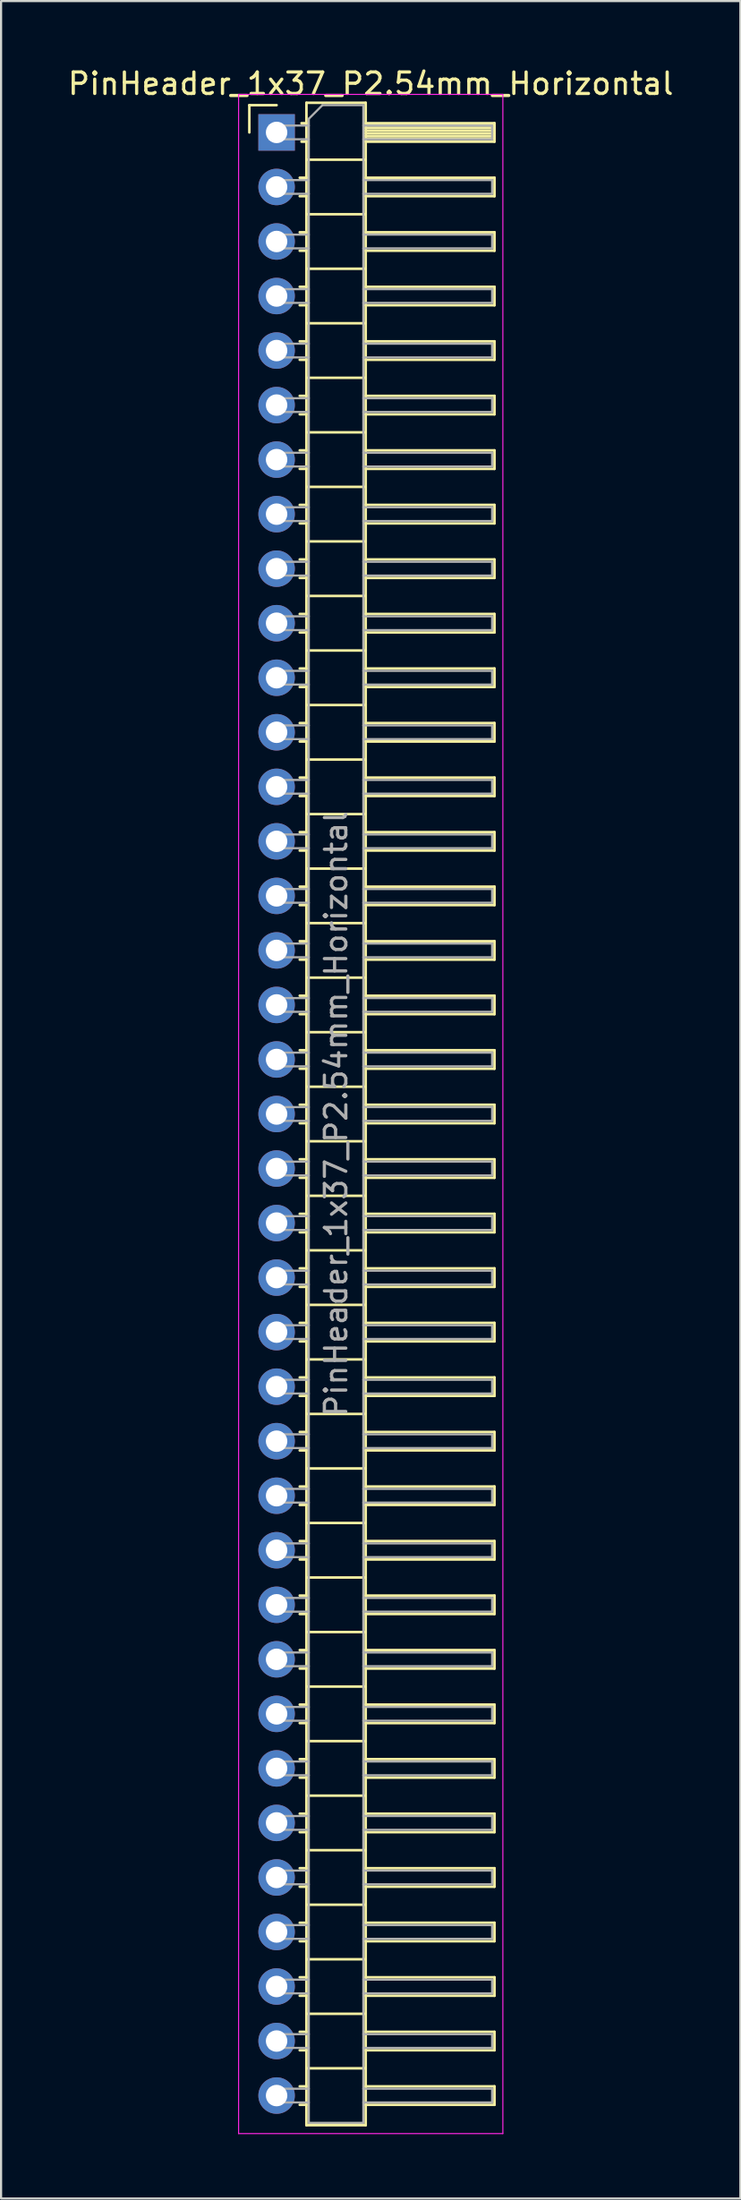
<source format=kicad_pcb>
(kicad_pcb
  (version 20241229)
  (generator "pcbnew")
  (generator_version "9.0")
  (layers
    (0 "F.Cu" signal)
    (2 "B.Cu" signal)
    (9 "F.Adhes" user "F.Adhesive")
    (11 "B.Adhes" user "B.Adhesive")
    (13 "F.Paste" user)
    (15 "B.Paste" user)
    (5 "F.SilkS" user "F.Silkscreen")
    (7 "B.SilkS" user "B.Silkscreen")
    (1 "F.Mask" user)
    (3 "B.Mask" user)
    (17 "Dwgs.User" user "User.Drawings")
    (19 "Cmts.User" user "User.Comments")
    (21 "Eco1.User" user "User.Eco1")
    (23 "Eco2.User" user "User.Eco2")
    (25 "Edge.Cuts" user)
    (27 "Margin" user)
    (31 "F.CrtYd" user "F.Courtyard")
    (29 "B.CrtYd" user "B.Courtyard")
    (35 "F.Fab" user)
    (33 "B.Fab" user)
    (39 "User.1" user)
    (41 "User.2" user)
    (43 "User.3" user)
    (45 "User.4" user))
  (footprint "PinHeader_1x37_P2.54mm_Horizontal"
    (layer "F.Cu")
    (at 9.835 3.118)
    (property "Reference" "PinHeader_1x37_P2.54mm_Horizontal" (at 4.385 -2.27 0) (layer "F.SilkS") (effects (font (size 1 1) (thickness 0.15))))
    (attr through_hole)
    (fp_line (start -1.27 -1.27) (end 0 -1.27) (stroke (width 0.12) (type solid)) (layer "F.SilkS"))
    (fp_line (start -1.27 0) (end -1.27 -1.27) (stroke (width 0.12) (type solid)) (layer "F.SilkS"))
    (fp_line (start 1.077 2.11) (end 1.39 2.11) (stroke (width 0.12) (type solid)) (layer "F.SilkS"))
    (fp_line (start 1.077 2.97) (end 1.39 2.97) (stroke (width 0.12) (type solid)) (layer "F.SilkS"))
    (fp_line (start 1.077 4.65) (end 1.39 4.65) (stroke (width 0.12) (type solid)) (layer "F.SilkS"))
    (fp_line (start 1.077 5.51) (end 1.39 5.51) (stroke (width 0.12) (type solid)) (layer "F.SilkS"))
    (fp_line (start 1.077 7.19) (end 1.39 7.19) (stroke (width 0.12) (type solid)) (layer "F.SilkS"))
    (fp_line (start 1.077 8.05) (end 1.39 8.05) (stroke (width 0.12) (type solid)) (layer "F.SilkS"))
    (fp_line (start 1.077 9.73) (end 1.39 9.73) (stroke (width 0.12) (type solid)) (layer "F.SilkS"))
    (fp_line (start 1.077 10.59) (end 1.39 10.59) (stroke (width 0.12) (type solid)) (layer "F.SilkS"))
    (fp_line (start 1.077 12.27) (end 1.39 12.27) (stroke (width 0.12) (type solid)) (layer "F.SilkS"))
    (fp_line (start 1.077 13.13) (end 1.39 13.13) (stroke (width 0.12) (type solid)) (layer "F.SilkS"))
    (fp_line (start 1.077 14.81) (end 1.39 14.81) (stroke (width 0.12) (type solid)) (layer "F.SilkS"))
    (fp_line (start 1.077 15.67) (end 1.39 15.67) (stroke (width 0.12) (type solid)) (layer "F.SilkS"))
    (fp_line (start 1.077 17.35) (end 1.39 17.35) (stroke (width 0.12) (type solid)) (layer "F.SilkS"))
    (fp_line (start 1.077 18.21) (end 1.39 18.21) (stroke (width 0.12) (type solid)) (layer "F.SilkS"))
    (fp_line (start 1.077 19.89) (end 1.39 19.89) (stroke (width 0.12) (type solid)) (layer "F.SilkS"))
    (fp_line (start 1.077 20.75) (end 1.39 20.75) (stroke (width 0.12) (type solid)) (layer "F.SilkS"))
    (fp_line (start 1.077 22.43) (end 1.39 22.43) (stroke (width 0.12) (type solid)) (layer "F.SilkS"))
    (fp_line (start 1.077 23.29) (end 1.39 23.29) (stroke (width 0.12) (type solid)) (layer "F.SilkS"))
    (fp_line (start 1.077 24.97) (end 1.39 24.97) (stroke (width 0.12) (type solid)) (layer "F.SilkS"))
    (fp_line (start 1.077 25.83) (end 1.39 25.83) (stroke (width 0.12) (type solid)) (layer "F.SilkS"))
    (fp_line (start 1.077 27.51) (end 1.39 27.51) (stroke (width 0.12) (type solid)) (layer "F.SilkS"))
    (fp_line (start 1.077 28.37) (end 1.39 28.37) (stroke (width 0.12) (type solid)) (layer "F.SilkS"))
    (fp_line (start 1.077 30.05) (end 1.39 30.05) (stroke (width 0.12) (type solid)) (layer "F.SilkS"))
    (fp_line (start 1.077 30.91) (end 1.39 30.91) (stroke (width 0.12) (type solid)) (layer "F.SilkS"))
    (fp_line (start 1.077 32.59) (end 1.39 32.59) (stroke (width 0.12) (type solid)) (layer "F.SilkS"))
    (fp_line (start 1.077 33.45) (end 1.39 33.45) (stroke (width 0.12) (type solid)) (layer "F.SilkS"))
    (fp_line (start 1.077 35.13) (end 1.39 35.13) (stroke (width 0.12) (type solid)) (layer "F.SilkS"))
    (fp_line (start 1.077 35.99) (end 1.39 35.99) (stroke (width 0.12) (type solid)) (layer "F.SilkS"))
    (fp_line (start 1.077 37.67) (end 1.39 37.67) (stroke (width 0.12) (type solid)) (layer "F.SilkS"))
    (fp_line (start 1.077 38.53) (end 1.39 38.53) (stroke (width 0.12) (type solid)) (layer "F.SilkS"))
    (fp_line (start 1.077 40.21) (end 1.39 40.21) (stroke (width 0.12) (type solid)) (layer "F.SilkS"))
    (fp_line (start 1.077 41.07) (end 1.39 41.07) (stroke (width 0.12) (type solid)) (layer "F.SilkS"))
    (fp_line (start 1.077 42.75) (end 1.39 42.75) (stroke (width 0.12) (type solid)) (layer "F.SilkS"))
    (fp_line (start 1.077 43.61) (end 1.39 43.61) (stroke (width 0.12) (type solid)) (layer "F.SilkS"))
    (fp_line (start 1.077 45.29) (end 1.39 45.29) (stroke (width 0.12) (type solid)) (layer "F.SilkS"))
    (fp_line (start 1.077 46.15) (end 1.39 46.15) (stroke (width 0.12) (type solid)) (layer "F.SilkS"))
    (fp_line (start 1.077 47.83) (end 1.39 47.83) (stroke (width 0.12) (type solid)) (layer "F.SilkS"))
    (fp_line (start 1.077 48.69) (end 1.39 48.69) (stroke (width 0.12) (type solid)) (layer "F.SilkS"))
    (fp_line (start 1.077 50.37) (end 1.39 50.37) (stroke (width 0.12) (type solid)) (layer "F.SilkS"))
    (fp_line (start 1.077 51.23) (end 1.39 51.23) (stroke (width 0.12) (type solid)) (layer "F.SilkS"))
    (fp_line (start 1.077 52.91) (end 1.39 52.91) (stroke (width 0.12) (type solid)) (layer "F.SilkS"))
    (fp_line (start 1.077 53.77) (end 1.39 53.77) (stroke (width 0.12) (type solid)) (layer "F.SilkS"))
    (fp_line (start 1.077 55.45) (end 1.39 55.45) (stroke (width 0.12) (type solid)) (layer "F.SilkS"))
    (fp_line (start 1.077 56.31) (end 1.39 56.31) (stroke (width 0.12) (type solid)) (layer "F.SilkS"))
    (fp_line (start 1.077 57.99) (end 1.39 57.99) (stroke (width 0.12) (type solid)) (layer "F.SilkS"))
    (fp_line (start 1.077 58.85) (end 1.39 58.85) (stroke (width 0.12) (type solid)) (layer "F.SilkS"))
    (fp_line (start 1.077 60.53) (end 1.39 60.53) (stroke (width 0.12) (type solid)) (layer "F.SilkS"))
    (fp_line (start 1.077 61.39) (end 1.39 61.39) (stroke (width 0.12) (type solid)) (layer "F.SilkS"))
    (fp_line (start 1.077 63.07) (end 1.39 63.07) (stroke (width 0.12) (type solid)) (layer "F.SilkS"))
    (fp_line (start 1.077 63.93) (end 1.39 63.93) (stroke (width 0.12) (type solid)) (layer "F.SilkS"))
    (fp_line (start 1.077 65.61) (end 1.39 65.61) (stroke (width 0.12) (type solid)) (layer "F.SilkS"))
    (fp_line (start 1.077 66.47) (end 1.39 66.47) (stroke (width 0.12) (type solid)) (layer "F.SilkS"))
    (fp_line (start 1.077 68.15) (end 1.39 68.15) (stroke (width 0.12) (type solid)) (layer "F.SilkS"))
    (fp_line (start 1.077 69.01) (end 1.39 69.01) (stroke (width 0.12) (type solid)) (layer "F.SilkS"))
    (fp_line (start 1.077 70.69) (end 1.39 70.69) (stroke (width 0.12) (type solid)) (layer "F.SilkS"))
    (fp_line (start 1.077 71.55) (end 1.39 71.55) (stroke (width 0.12) (type solid)) (layer "F.SilkS"))
    (fp_line (start 1.077 73.23) (end 1.39 73.23) (stroke (width 0.12) (type solid)) (layer "F.SilkS"))
    (fp_line (start 1.077 74.09) (end 1.39 74.09) (stroke (width 0.12) (type solid)) (layer "F.SilkS"))
    (fp_line (start 1.077 75.77) (end 1.39 75.77) (stroke (width 0.12) (type solid)) (layer "F.SilkS"))
    (fp_line (start 1.077 76.63) (end 1.39 76.63) (stroke (width 0.12) (type solid)) (layer "F.SilkS"))
    (fp_line (start 1.077 78.31) (end 1.39 78.31) (stroke (width 0.12) (type solid)) (layer "F.SilkS"))
    (fp_line (start 1.077 79.17) (end 1.39 79.17) (stroke (width 0.12) (type solid)) (layer "F.SilkS"))
    (fp_line (start 1.077 80.85) (end 1.39 80.85) (stroke (width 0.12) (type solid)) (layer "F.SilkS"))
    (fp_line (start 1.077 81.71) (end 1.39 81.71) (stroke (width 0.12) (type solid)) (layer "F.SilkS"))
    (fp_line (start 1.077 83.39) (end 1.39 83.39) (stroke (width 0.12) (type solid)) (layer "F.SilkS"))
    (fp_line (start 1.077 84.25) (end 1.39 84.25) (stroke (width 0.12) (type solid)) (layer "F.SilkS"))
    (fp_line (start 1.077 85.93) (end 1.39 85.93) (stroke (width 0.12) (type solid)) (layer "F.SilkS"))
    (fp_line (start 1.077 86.79) (end 1.39 86.79) (stroke (width 0.12) (type solid)) (layer "F.SilkS"))
    (fp_line (start 1.077 88.47) (end 1.39 88.47) (stroke (width 0.12) (type solid)) (layer "F.SilkS"))
    (fp_line (start 1.077 89.33) (end 1.39 89.33) (stroke (width 0.12) (type solid)) (layer "F.SilkS"))
    (fp_line (start 1.077 91.01) (end 1.39 91.01) (stroke (width 0.12) (type solid)) (layer "F.SilkS"))
    (fp_line (start 1.077 91.87) (end 1.39 91.87) (stroke (width 0.12) (type solid)) (layer "F.SilkS"))
    (fp_line (start 1.16 -0.43) (end 1.39 -0.43) (stroke (width 0.12) (type solid)) (layer "F.SilkS"))
    (fp_line (start 1.16 0.43) (end 1.39 0.43) (stroke (width 0.12) (type solid)) (layer "F.SilkS"))
    (fp_line (start 1.39 -1.38) (end 1.39 92.82) (stroke (width 0.12) (type solid)) (layer "F.SilkS"))
    (fp_line (start 1.39 1.27) (end 4.15 1.27) (stroke (width 0.12) (type solid)) (layer "F.SilkS"))
    (fp_line (start 1.39 3.81) (end 4.15 3.81) (stroke (width 0.12) (type solid)) (layer "F.SilkS"))
    (fp_line (start 1.39 6.35) (end 4.15 6.35) (stroke (width 0.12) (type solid)) (layer "F.SilkS"))
    (fp_line (start 1.39 8.89) (end 4.15 8.89) (stroke (width 0.12) (type solid)) (layer "F.SilkS"))
    (fp_line (start 1.39 11.43) (end 4.15 11.43) (stroke (width 0.12) (type solid)) (layer "F.SilkS"))
    (fp_line (start 1.39 13.97) (end 4.15 13.97) (stroke (width 0.12) (type solid)) (layer "F.SilkS"))
    (fp_line (start 1.39 16.51) (end 4.15 16.51) (stroke (width 0.12) (type solid)) (layer "F.SilkS"))
    (fp_line (start 1.39 19.05) (end 4.15 19.05) (stroke (width 0.12) (type solid)) (layer "F.SilkS"))
    (fp_line (start 1.39 21.59) (end 4.15 21.59) (stroke (width 0.12) (type solid)) (layer "F.SilkS"))
    (fp_line (start 1.39 24.13) (end 4.15 24.13) (stroke (width 0.12) (type solid)) (layer "F.SilkS"))
    (fp_line (start 1.39 26.67) (end 4.15 26.67) (stroke (width 0.12) (type solid)) (layer "F.SilkS"))
    (fp_line (start 1.39 29.21) (end 4.15 29.21) (stroke (width 0.12) (type solid)) (layer "F.SilkS"))
    (fp_line (start 1.39 31.75) (end 4.15 31.75) (stroke (width 0.12) (type solid)) (layer "F.SilkS"))
    (fp_line (start 1.39 34.29) (end 4.15 34.29) (stroke (width 0.12) (type solid)) (layer "F.SilkS"))
    (fp_line (start 1.39 36.83) (end 4.15 36.83) (stroke (width 0.12) (type solid)) (layer "F.SilkS"))
    (fp_line (start 1.39 39.37) (end 4.15 39.37) (stroke (width 0.12) (type solid)) (layer "F.SilkS"))
    (fp_line (start 1.39 41.91) (end 4.15 41.91) (stroke (width 0.12) (type solid)) (layer "F.SilkS"))
    (fp_line (start 1.39 44.45) (end 4.15 44.45) (stroke (width 0.12) (type solid)) (layer "F.SilkS"))
    (fp_line (start 1.39 46.99) (end 4.15 46.99) (stroke (width 0.12) (type solid)) (layer "F.SilkS"))
    (fp_line (start 1.39 49.53) (end 4.15 49.53) (stroke (width 0.12) (type solid)) (layer "F.SilkS"))
    (fp_line (start 1.39 52.07) (end 4.15 52.07) (stroke (width 0.12) (type solid)) (layer "F.SilkS"))
    (fp_line (start 1.39 54.61) (end 4.15 54.61) (stroke (width 0.12) (type solid)) (layer "F.SilkS"))
    (fp_line (start 1.39 57.15) (end 4.15 57.15) (stroke (width 0.12) (type solid)) (layer "F.SilkS"))
    (fp_line (start 1.39 59.69) (end 4.15 59.69) (stroke (width 0.12) (type solid)) (layer "F.SilkS"))
    (fp_line (start 1.39 62.23) (end 4.15 62.23) (stroke (width 0.12) (type solid)) (layer "F.SilkS"))
    (fp_line (start 1.39 64.77) (end 4.15 64.77) (stroke (width 0.12) (type solid)) (layer "F.SilkS"))
    (fp_line (start 1.39 67.31) (end 4.15 67.31) (stroke (width 0.12) (type solid)) (layer "F.SilkS"))
    (fp_line (start 1.39 69.85) (end 4.15 69.85) (stroke (width 0.12) (type solid)) (layer "F.SilkS"))
    (fp_line (start 1.39 72.39) (end 4.15 72.39) (stroke (width 0.12) (type solid)) (layer "F.SilkS"))
    (fp_line (start 1.39 74.93) (end 4.15 74.93) (stroke (width 0.12) (type solid)) (layer "F.SilkS"))
    (fp_line (start 1.39 77.47) (end 4.15 77.47) (stroke (width 0.12) (type solid)) (layer "F.SilkS"))
    (fp_line (start 1.39 80.01) (end 4.15 80.01) (stroke (width 0.12) (type solid)) (layer "F.SilkS"))
    (fp_line (start 1.39 82.55) (end 4.15 82.55) (stroke (width 0.12) (type solid)) (layer "F.SilkS"))
    (fp_line (start 1.39 85.09) (end 4.15 85.09) (stroke (width 0.12) (type solid)) (layer "F.SilkS"))
    (fp_line (start 1.39 87.63) (end 4.15 87.63) (stroke (width 0.12) (type solid)) (layer "F.SilkS"))
    (fp_line (start 1.39 90.17) (end 4.15 90.17) (stroke (width 0.12) (type solid)) (layer "F.SilkS"))
    (fp_line (start 1.39 92.82) (end 4.15 92.82) (stroke (width 0.12) (type solid)) (layer "F.SilkS"))
    (fp_line (start 4.15 -1.38) (end 1.39 -1.38) (stroke (width 0.12) (type solid)) (layer "F.SilkS"))
    (fp_line (start 4.15 -0.43) (end 10.15 -0.43) (stroke (width 0.12) (type solid)) (layer "F.SilkS"))
    (fp_line (start 4.15 -0.32) (end 10.15 -0.32) (stroke (width 0.12) (type solid)) (layer "F.SilkS"))
    (fp_line (start 4.15 -0.2) (end 10.15 -0.2) (stroke (width 0.12) (type solid)) (layer "F.SilkS"))
    (fp_line (start 4.15 -0.08) (end 10.15 -0.08) (stroke (width 0.12) (type solid)) (layer "F.SilkS"))
    (fp_line (start 4.15 0.04) (end 10.15 0.04) (stroke (width 0.12) (type solid)) (layer "F.SilkS"))
    (fp_line (start 4.15 0.16) (end 10.15 0.16) (stroke (width 0.12) (type solid)) (layer "F.SilkS"))
    (fp_line (start 4.15 0.28) (end 10.15 0.28) (stroke (width 0.12) (type solid)) (layer "F.SilkS"))
    (fp_line (start 4.15 2.11) (end 10.15 2.11) (stroke (width 0.12) (type solid)) (layer "F.SilkS"))
    (fp_line (start 4.15 4.65) (end 10.15 4.65) (stroke (width 0.12) (type solid)) (layer "F.SilkS"))
    (fp_line (start 4.15 7.19) (end 10.15 7.19) (stroke (width 0.12) (type solid)) (layer "F.SilkS"))
    (fp_line (start 4.15 9.73) (end 10.15 9.73) (stroke (width 0.12) (type solid)) (layer "F.SilkS"))
    (fp_line (start 4.15 12.27) (end 10.15 12.27) (stroke (width 0.12) (type solid)) (layer "F.SilkS"))
    (fp_line (start 4.15 14.81) (end 10.15 14.81) (stroke (width 0.12) (type solid)) (layer "F.SilkS"))
    (fp_line (start 4.15 17.35) (end 10.15 17.35) (stroke (width 0.12) (type solid)) (layer "F.SilkS"))
    (fp_line (start 4.15 19.89) (end 10.15 19.89) (stroke (width 0.12) (type solid)) (layer "F.SilkS"))
    (fp_line (start 4.15 22.43) (end 10.15 22.43) (stroke (width 0.12) (type solid)) (layer "F.SilkS"))
    (fp_line (start 4.15 24.97) (end 10.15 24.97) (stroke (width 0.12) (type solid)) (layer "F.SilkS"))
    (fp_line (start 4.15 27.51) (end 10.15 27.51) (stroke (width 0.12) (type solid)) (layer "F.SilkS"))
    (fp_line (start 4.15 30.05) (end 10.15 30.05) (stroke (width 0.12) (type solid)) (layer "F.SilkS"))
    (fp_line (start 4.15 32.59) (end 10.15 32.59) (stroke (width 0.12) (type solid)) (layer "F.SilkS"))
    (fp_line (start 4.15 35.13) (end 10.15 35.13) (stroke (width 0.12) (type solid)) (layer "F.SilkS"))
    (fp_line (start 4.15 37.67) (end 10.15 37.67) (stroke (width 0.12) (type solid)) (layer "F.SilkS"))
    (fp_line (start 4.15 40.21) (end 10.15 40.21) (stroke (width 0.12) (type solid)) (layer "F.SilkS"))
    (fp_line (start 4.15 42.75) (end 10.15 42.75) (stroke (width 0.12) (type solid)) (layer "F.SilkS"))
    (fp_line (start 4.15 45.29) (end 10.15 45.29) (stroke (width 0.12) (type solid)) (layer "F.SilkS"))
    (fp_line (start 4.15 47.83) (end 10.15 47.83) (stroke (width 0.12) (type solid)) (layer "F.SilkS"))
    (fp_line (start 4.15 50.37) (end 10.15 50.37) (stroke (width 0.12) (type solid)) (layer "F.SilkS"))
    (fp_line (start 4.15 52.91) (end 10.15 52.91) (stroke (width 0.12) (type solid)) (layer "F.SilkS"))
    (fp_line (start 4.15 55.45) (end 10.15 55.45) (stroke (width 0.12) (type solid)) (layer "F.SilkS"))
    (fp_line (start 4.15 57.99) (end 10.15 57.99) (stroke (width 0.12) (type solid)) (layer "F.SilkS"))
    (fp_line (start 4.15 60.53) (end 10.15 60.53) (stroke (width 0.12) (type solid)) (layer "F.SilkS"))
    (fp_line (start 4.15 63.07) (end 10.15 63.07) (stroke (width 0.12) (type solid)) (layer "F.SilkS"))
    (fp_line (start 4.15 65.61) (end 10.15 65.61) (stroke (width 0.12) (type solid)) (layer "F.SilkS"))
    (fp_line (start 4.15 68.15) (end 10.15 68.15) (stroke (width 0.12) (type solid)) (layer "F.SilkS"))
    (fp_line (start 4.15 70.69) (end 10.15 70.69) (stroke (width 0.12) (type solid)) (layer "F.SilkS"))
    (fp_line (start 4.15 73.23) (end 10.15 73.23) (stroke (width 0.12) (type solid)) (layer "F.SilkS"))
    (fp_line (start 4.15 75.77) (end 10.15 75.77) (stroke (width 0.12) (type solid)) (layer "F.SilkS"))
    (fp_line (start 4.15 78.31) (end 10.15 78.31) (stroke (width 0.12) (type solid)) (layer "F.SilkS"))
    (fp_line (start 4.15 80.85) (end 10.15 80.85) (stroke (width 0.12) (type solid)) (layer "F.SilkS"))
    (fp_line (start 4.15 83.39) (end 10.15 83.39) (stroke (width 0.12) (type solid)) (layer "F.SilkS"))
    (fp_line (start 4.15 85.93) (end 10.15 85.93) (stroke (width 0.12) (type solid)) (layer "F.SilkS"))
    (fp_line (start 4.15 88.47) (end 10.15 88.47) (stroke (width 0.12) (type solid)) (layer "F.SilkS"))
    (fp_line (start 4.15 91.01) (end 10.15 91.01) (stroke (width 0.12) (type solid)) (layer "F.SilkS"))
    (fp_line (start 4.15 92.82) (end 4.15 -1.38) (stroke (width 0.12) (type solid)) (layer "F.SilkS"))
    (fp_line (start 10.15 -0.43) (end 10.15 0.43) (stroke (width 0.12) (type solid)) (layer "F.SilkS"))
    (fp_line (start 10.15 0.43) (end 4.15 0.43) (stroke (width 0.12) (type solid)) (layer "F.SilkS"))
    (fp_line (start 10.15 2.11) (end 10.15 2.97) (stroke (width 0.12) (type solid)) (layer "F.SilkS"))
    (fp_line (start 10.15 2.97) (end 4.15 2.97) (stroke (width 0.12) (type solid)) (layer "F.SilkS"))
    (fp_line (start 10.15 4.65) (end 10.15 5.51) (stroke (width 0.12) (type solid)) (layer "F.SilkS"))
    (fp_line (start 10.15 5.51) (end 4.15 5.51) (stroke (width 0.12) (type solid)) (layer "F.SilkS"))
    (fp_line (start 10.15 7.19) (end 10.15 8.05) (stroke (width 0.12) (type solid)) (layer "F.SilkS"))
    (fp_line (start 10.15 8.05) (end 4.15 8.05) (stroke (width 0.12) (type solid)) (layer "F.SilkS"))
    (fp_line (start 10.15 9.73) (end 10.15 10.59) (stroke (width 0.12) (type solid)) (layer "F.SilkS"))
    (fp_line (start 10.15 10.59) (end 4.15 10.59) (stroke (width 0.12) (type solid)) (layer "F.SilkS"))
    (fp_line (start 10.15 12.27) (end 10.15 13.13) (stroke (width 0.12) (type solid)) (layer "F.SilkS"))
    (fp_line (start 10.15 13.13) (end 4.15 13.13) (stroke (width 0.12) (type solid)) (layer "F.SilkS"))
    (fp_line (start 10.15 14.81) (end 10.15 15.67) (stroke (width 0.12) (type solid)) (layer "F.SilkS"))
    (fp_line (start 10.15 15.67) (end 4.15 15.67) (stroke (width 0.12) (type solid)) (layer "F.SilkS"))
    (fp_line (start 10.15 17.35) (end 10.15 18.21) (stroke (width 0.12) (type solid)) (layer "F.SilkS"))
    (fp_line (start 10.15 18.21) (end 4.15 18.21) (stroke (width 0.12) (type solid)) (layer "F.SilkS"))
    (fp_line (start 10.15 19.89) (end 10.15 20.75) (stroke (width 0.12) (type solid)) (layer "F.SilkS"))
    (fp_line (start 10.15 20.75) (end 4.15 20.75) (stroke (width 0.12) (type solid)) (layer "F.SilkS"))
    (fp_line (start 10.15 22.43) (end 10.15 23.29) (stroke (width 0.12) (type solid)) (layer "F.SilkS"))
    (fp_line (start 10.15 23.29) (end 4.15 23.29) (stroke (width 0.12) (type solid)) (layer "F.SilkS"))
    (fp_line (start 10.15 24.97) (end 10.15 25.83) (stroke (width 0.12) (type solid)) (layer "F.SilkS"))
    (fp_line (start 10.15 25.83) (end 4.15 25.83) (stroke (width 0.12) (type solid)) (layer "F.SilkS"))
    (fp_line (start 10.15 27.51) (end 10.15 28.37) (stroke (width 0.12) (type solid)) (layer "F.SilkS"))
    (fp_line (start 10.15 28.37) (end 4.15 28.37) (stroke (width 0.12) (type solid)) (layer "F.SilkS"))
    (fp_line (start 10.15 30.05) (end 10.15 30.91) (stroke (width 0.12) (type solid)) (layer "F.SilkS"))
    (fp_line (start 10.15 30.91) (end 4.15 30.91) (stroke (width 0.12) (type solid)) (layer "F.SilkS"))
    (fp_line (start 10.15 32.59) (end 10.15 33.45) (stroke (width 0.12) (type solid)) (layer "F.SilkS"))
    (fp_line (start 10.15 33.45) (end 4.15 33.45) (stroke (width 0.12) (type solid)) (layer "F.SilkS"))
    (fp_line (start 10.15 35.13) (end 10.15 35.99) (stroke (width 0.12) (type solid)) (layer "F.SilkS"))
    (fp_line (start 10.15 35.99) (end 4.15 35.99) (stroke (width 0.12) (type solid)) (layer "F.SilkS"))
    (fp_line (start 10.15 37.67) (end 10.15 38.53) (stroke (width 0.12) (type solid)) (layer "F.SilkS"))
    (fp_line (start 10.15 38.53) (end 4.15 38.53) (stroke (width 0.12) (type solid)) (layer "F.SilkS"))
    (fp_line (start 10.15 40.21) (end 10.15 41.07) (stroke (width 0.12) (type solid)) (layer "F.SilkS"))
    (fp_line (start 10.15 41.07) (end 4.15 41.07) (stroke (width 0.12) (type solid)) (layer "F.SilkS"))
    (fp_line (start 10.15 42.75) (end 10.15 43.61) (stroke (width 0.12) (type solid)) (layer "F.SilkS"))
    (fp_line (start 10.15 43.61) (end 4.15 43.61) (stroke (width 0.12) (type solid)) (layer "F.SilkS"))
    (fp_line (start 10.15 45.29) (end 10.15 46.15) (stroke (width 0.12) (type solid)) (layer "F.SilkS"))
    (fp_line (start 10.15 46.15) (end 4.15 46.15) (stroke (width 0.12) (type solid)) (layer "F.SilkS"))
    (fp_line (start 10.15 47.83) (end 10.15 48.69) (stroke (width 0.12) (type solid)) (layer "F.SilkS"))
    (fp_line (start 10.15 48.69) (end 4.15 48.69) (stroke (width 0.12) (type solid)) (layer "F.SilkS"))
    (fp_line (start 10.15 50.37) (end 10.15 51.23) (stroke (width 0.12) (type solid)) (layer "F.SilkS"))
    (fp_line (start 10.15 51.23) (end 4.15 51.23) (stroke (width 0.12) (type solid)) (layer "F.SilkS"))
    (fp_line (start 10.15 52.91) (end 10.15 53.77) (stroke (width 0.12) (type solid)) (layer "F.SilkS"))
    (fp_line (start 10.15 53.77) (end 4.15 53.77) (stroke (width 0.12) (type solid)) (layer "F.SilkS"))
    (fp_line (start 10.15 55.45) (end 10.15 56.31) (stroke (width 0.12) (type solid)) (layer "F.SilkS"))
    (fp_line (start 10.15 56.31) (end 4.15 56.31) (stroke (width 0.12) (type solid)) (layer "F.SilkS"))
    (fp_line (start 10.15 57.99) (end 10.15 58.85) (stroke (width 0.12) (type solid)) (layer "F.SilkS"))
    (fp_line (start 10.15 58.85) (end 4.15 58.85) (stroke (width 0.12) (type solid)) (layer "F.SilkS"))
    (fp_line (start 10.15 60.53) (end 10.15 61.39) (stroke (width 0.12) (type solid)) (layer "F.SilkS"))
    (fp_line (start 10.15 61.39) (end 4.15 61.39) (stroke (width 0.12) (type solid)) (layer "F.SilkS"))
    (fp_line (start 10.15 63.07) (end 10.15 63.93) (stroke (width 0.12) (type solid)) (layer "F.SilkS"))
    (fp_line (start 10.15 63.93) (end 4.15 63.93) (stroke (width 0.12) (type solid)) (layer "F.SilkS"))
    (fp_line (start 10.15 65.61) (end 10.15 66.47) (stroke (width 0.12) (type solid)) (layer "F.SilkS"))
    (fp_line (start 10.15 66.47) (end 4.15 66.47) (stroke (width 0.12) (type solid)) (layer "F.SilkS"))
    (fp_line (start 10.15 68.15) (end 10.15 69.01) (stroke (width 0.12) (type solid)) (layer "F.SilkS"))
    (fp_line (start 10.15 69.01) (end 4.15 69.01) (stroke (width 0.12) (type solid)) (layer "F.SilkS"))
    (fp_line (start 10.15 70.69) (end 10.15 71.55) (stroke (width 0.12) (type solid)) (layer "F.SilkS"))
    (fp_line (start 10.15 71.55) (end 4.15 71.55) (stroke (width 0.12) (type solid)) (layer "F.SilkS"))
    (fp_line (start 10.15 73.23) (end 10.15 74.09) (stroke (width 0.12) (type solid)) (layer "F.SilkS"))
    (fp_line (start 10.15 74.09) (end 4.15 74.09) (stroke (width 0.12) (type solid)) (layer "F.SilkS"))
    (fp_line (start 10.15 75.77) (end 10.15 76.63) (stroke (width 0.12) (type solid)) (layer "F.SilkS"))
    (fp_line (start 10.15 76.63) (end 4.15 76.63) (stroke (width 0.12) (type solid)) (layer "F.SilkS"))
    (fp_line (start 10.15 78.31) (end 10.15 79.17) (stroke (width 0.12) (type solid)) (layer "F.SilkS"))
    (fp_line (start 10.15 79.17) (end 4.15 79.17) (stroke (width 0.12) (type solid)) (layer "F.SilkS"))
    (fp_line (start 10.15 80.85) (end 10.15 81.71) (stroke (width 0.12) (type solid)) (layer "F.SilkS"))
    (fp_line (start 10.15 81.71) (end 4.15 81.71) (stroke (width 0.12) (type solid)) (layer "F.SilkS"))
    (fp_line (start 10.15 83.39) (end 10.15 84.25) (stroke (width 0.12) (type solid)) (layer "F.SilkS"))
    (fp_line (start 10.15 84.25) (end 4.15 84.25) (stroke (width 0.12) (type solid)) (layer "F.SilkS"))
    (fp_line (start 10.15 85.93) (end 10.15 86.79) (stroke (width 0.12) (type solid)) (layer "F.SilkS"))
    (fp_line (start 10.15 86.79) (end 4.15 86.79) (stroke (width 0.12) (type solid)) (layer "F.SilkS"))
    (fp_line (start 10.15 88.47) (end 10.15 89.33) (stroke (width 0.12) (type solid)) (layer "F.SilkS"))
    (fp_line (start 10.15 89.33) (end 4.15 89.33) (stroke (width 0.12) (type solid)) (layer "F.SilkS"))
    (fp_line (start 10.15 91.01) (end 10.15 91.87) (stroke (width 0.12) (type solid)) (layer "F.SilkS"))
    (fp_line (start 10.15 91.87) (end 4.15 91.87) (stroke (width 0.12) (type solid)) (layer "F.SilkS"))
    (fp_line (start -1.77 -1.77) (end -1.77 93.21) (stroke (width 0.05) (type solid)) (layer "F.CrtYd"))
    (fp_line (start -1.77 93.21) (end 10.54 93.21) (stroke (width 0.05) (type solid)) (layer "F.CrtYd"))
    (fp_line (start 10.54 -1.77) (end -1.77 -1.77) (stroke (width 0.05) (type solid)) (layer "F.CrtYd"))
    (fp_line (start 10.54 93.21) (end 10.54 -1.77) (stroke (width 0.05) (type solid)) (layer "F.CrtYd"))
    (fp_line (start -0.32 -0.32) (end -0.32 0.32) (stroke (width 0.1) (type solid)) (layer "F.Fab"))
    (fp_line (start -0.32 -0.32) (end 1.5 -0.32) (stroke (width 0.1) (type solid)) (layer "F.Fab"))
    (fp_line (start -0.32 0.32) (end 1.5 0.32) (stroke (width 0.1) (type solid)) (layer "F.Fab"))
    (fp_line (start -0.32 2.22) (end -0.32 2.86) (stroke (width 0.1) (type solid)) (layer "F.Fab"))
    (fp_line (start -0.32 2.22) (end 1.5 2.22) (stroke (width 0.1) (type solid)) (layer "F.Fab"))
    (fp_line (start -0.32 2.86) (end 1.5 2.86) (stroke (width 0.1) (type solid)) (layer "F.Fab"))
    (fp_line (start -0.32 4.76) (end -0.32 5.4) (stroke (width 0.1) (type solid)) (layer "F.Fab"))
    (fp_line (start -0.32 4.76) (end 1.5 4.76) (stroke (width 0.1) (type solid)) (layer "F.Fab"))
    (fp_line (start -0.32 5.4) (end 1.5 5.4) (stroke (width 0.1) (type solid)) (layer "F.Fab"))
    (fp_line (start -0.32 7.3) (end -0.32 7.94) (stroke (width 0.1) (type solid)) (layer "F.Fab"))
    (fp_line (start -0.32 7.3) (end 1.5 7.3) (stroke (width 0.1) (type solid)) (layer "F.Fab"))
    (fp_line (start -0.32 7.94) (end 1.5 7.94) (stroke (width 0.1) (type solid)) (layer "F.Fab"))
    (fp_line (start -0.32 9.84) (end -0.32 10.48) (stroke (width 0.1) (type solid)) (layer "F.Fab"))
    (fp_line (start -0.32 9.84) (end 1.5 9.84) (stroke (width 0.1) (type solid)) (layer "F.Fab"))
    (fp_line (start -0.32 10.48) (end 1.5 10.48) (stroke (width 0.1) (type solid)) (layer "F.Fab"))
    (fp_line (start -0.32 12.38) (end -0.32 13.02) (stroke (width 0.1) (type solid)) (layer "F.Fab"))
    (fp_line (start -0.32 12.38) (end 1.5 12.38) (stroke (width 0.1) (type solid)) (layer "F.Fab"))
    (fp_line (start -0.32 13.02) (end 1.5 13.02) (stroke (width 0.1) (type solid)) (layer "F.Fab"))
    (fp_line (start -0.32 14.92) (end -0.32 15.56) (stroke (width 0.1) (type solid)) (layer "F.Fab"))
    (fp_line (start -0.32 14.92) (end 1.5 14.92) (stroke (width 0.1) (type solid)) (layer "F.Fab"))
    (fp_line (start -0.32 15.56) (end 1.5 15.56) (stroke (width 0.1) (type solid)) (layer "F.Fab"))
    (fp_line (start -0.32 17.46) (end -0.32 18.1) (stroke (width 0.1) (type solid)) (layer "F.Fab"))
    (fp_line (start -0.32 17.46) (end 1.5 17.46) (stroke (width 0.1) (type solid)) (layer "F.Fab"))
    (fp_line (start -0.32 18.1) (end 1.5 18.1) (stroke (width 0.1) (type solid)) (layer "F.Fab"))
    (fp_line (start -0.32 20) (end -0.32 20.64) (stroke (width 0.1) (type solid)) (layer "F.Fab"))
    (fp_line (start -0.32 20) (end 1.5 20) (stroke (width 0.1) (type solid)) (layer "F.Fab"))
    (fp_line (start -0.32 20.64) (end 1.5 20.64) (stroke (width 0.1) (type solid)) (layer "F.Fab"))
    (fp_line (start -0.32 22.54) (end -0.32 23.18) (stroke (width 0.1) (type solid)) (layer "F.Fab"))
    (fp_line (start -0.32 22.54) (end 1.5 22.54) (stroke (width 0.1) (type solid)) (layer "F.Fab"))
    (fp_line (start -0.32 23.18) (end 1.5 23.18) (stroke (width 0.1) (type solid)) (layer "F.Fab"))
    (fp_line (start -0.32 25.08) (end -0.32 25.72) (stroke (width 0.1) (type solid)) (layer "F.Fab"))
    (fp_line (start -0.32 25.08) (end 1.5 25.08) (stroke (width 0.1) (type solid)) (layer "F.Fab"))
    (fp_line (start -0.32 25.72) (end 1.5 25.72) (stroke (width 0.1) (type solid)) (layer "F.Fab"))
    (fp_line (start -0.32 27.62) (end -0.32 28.26) (stroke (width 0.1) (type solid)) (layer "F.Fab"))
    (fp_line (start -0.32 27.62) (end 1.5 27.62) (stroke (width 0.1) (type solid)) (layer "F.Fab"))
    (fp_line (start -0.32 28.26) (end 1.5 28.26) (stroke (width 0.1) (type solid)) (layer "F.Fab"))
    (fp_line (start -0.32 30.16) (end -0.32 30.8) (stroke (width 0.1) (type solid)) (layer "F.Fab"))
    (fp_line (start -0.32 30.16) (end 1.5 30.16) (stroke (width 0.1) (type solid)) (layer "F.Fab"))
    (fp_line (start -0.32 30.8) (end 1.5 30.8) (stroke (width 0.1) (type solid)) (layer "F.Fab"))
    (fp_line (start -0.32 32.7) (end -0.32 33.34) (stroke (width 0.1) (type solid)) (layer "F.Fab"))
    (fp_line (start -0.32 32.7) (end 1.5 32.7) (stroke (width 0.1) (type solid)) (layer "F.Fab"))
    (fp_line (start -0.32 33.34) (end 1.5 33.34) (stroke (width 0.1) (type solid)) (layer "F.Fab"))
    (fp_line (start -0.32 35.24) (end -0.32 35.88) (stroke (width 0.1) (type solid)) (layer "F.Fab"))
    (fp_line (start -0.32 35.24) (end 1.5 35.24) (stroke (width 0.1) (type solid)) (layer "F.Fab"))
    (fp_line (start -0.32 35.88) (end 1.5 35.88) (stroke (width 0.1) (type solid)) (layer "F.Fab"))
    (fp_line (start -0.32 37.78) (end -0.32 38.42) (stroke (width 0.1) (type solid)) (layer "F.Fab"))
    (fp_line (start -0.32 37.78) (end 1.5 37.78) (stroke (width 0.1) (type solid)) (layer "F.Fab"))
    (fp_line (start -0.32 38.42) (end 1.5 38.42) (stroke (width 0.1) (type solid)) (layer "F.Fab"))
    (fp_line (start -0.32 40.32) (end -0.32 40.96) (stroke (width 0.1) (type solid)) (layer "F.Fab"))
    (fp_line (start -0.32 40.32) (end 1.5 40.32) (stroke (width 0.1) (type solid)) (layer "F.Fab"))
    (fp_line (start -0.32 40.96) (end 1.5 40.96) (stroke (width 0.1) (type solid)) (layer "F.Fab"))
    (fp_line (start -0.32 42.86) (end -0.32 43.5) (stroke (width 0.1) (type solid)) (layer "F.Fab"))
    (fp_line (start -0.32 42.86) (end 1.5 42.86) (stroke (width 0.1) (type solid)) (layer "F.Fab"))
    (fp_line (start -0.32 43.5) (end 1.5 43.5) (stroke (width 0.1) (type solid)) (layer "F.Fab"))
    (fp_line (start -0.32 45.4) (end -0.32 46.04) (stroke (width 0.1) (type solid)) (layer "F.Fab"))
    (fp_line (start -0.32 45.4) (end 1.5 45.4) (stroke (width 0.1) (type solid)) (layer "F.Fab"))
    (fp_line (start -0.32 46.04) (end 1.5 46.04) (stroke (width 0.1) (type solid)) (layer "F.Fab"))
    (fp_line (start -0.32 47.94) (end -0.32 48.58) (stroke (width 0.1) (type solid)) (layer "F.Fab"))
    (fp_line (start -0.32 47.94) (end 1.5 47.94) (stroke (width 0.1) (type solid)) (layer "F.Fab"))
    (fp_line (start -0.32 48.58) (end 1.5 48.58) (stroke (width 0.1) (type solid)) (layer "F.Fab"))
    (fp_line (start -0.32 50.48) (end -0.32 51.12) (stroke (width 0.1) (type solid)) (layer "F.Fab"))
    (fp_line (start -0.32 50.48) (end 1.5 50.48) (stroke (width 0.1) (type solid)) (layer "F.Fab"))
    (fp_line (start -0.32 51.12) (end 1.5 51.12) (stroke (width 0.1) (type solid)) (layer "F.Fab"))
    (fp_line (start -0.32 53.02) (end -0.32 53.66) (stroke (width 0.1) (type solid)) (layer "F.Fab"))
    (fp_line (start -0.32 53.02) (end 1.5 53.02) (stroke (width 0.1) (type solid)) (layer "F.Fab"))
    (fp_line (start -0.32 53.66) (end 1.5 53.66) (stroke (width 0.1) (type solid)) (layer "F.Fab"))
    (fp_line (start -0.32 55.56) (end -0.32 56.2) (stroke (width 0.1) (type solid)) (layer "F.Fab"))
    (fp_line (start -0.32 55.56) (end 1.5 55.56) (stroke (width 0.1) (type solid)) (layer "F.Fab"))
    (fp_line (start -0.32 56.2) (end 1.5 56.2) (stroke (width 0.1) (type solid)) (layer "F.Fab"))
    (fp_line (start -0.32 58.1) (end -0.32 58.74) (stroke (width 0.1) (type solid)) (layer "F.Fab"))
    (fp_line (start -0.32 58.1) (end 1.5 58.1) (stroke (width 0.1) (type solid)) (layer "F.Fab"))
    (fp_line (start -0.32 58.74) (end 1.5 58.74) (stroke (width 0.1) (type solid)) (layer "F.Fab"))
    (fp_line (start -0.32 60.64) (end -0.32 61.28) (stroke (width 0.1) (type solid)) (layer "F.Fab"))
    (fp_line (start -0.32 60.64) (end 1.5 60.64) (stroke (width 0.1) (type solid)) (layer "F.Fab"))
    (fp_line (start -0.32 61.28) (end 1.5 61.28) (stroke (width 0.1) (type solid)) (layer "F.Fab"))
    (fp_line (start -0.32 63.18) (end -0.32 63.82) (stroke (width 0.1) (type solid)) (layer "F.Fab"))
    (fp_line (start -0.32 63.18) (end 1.5 63.18) (stroke (width 0.1) (type solid)) (layer "F.Fab"))
    (fp_line (start -0.32 63.82) (end 1.5 63.82) (stroke (width 0.1) (type solid)) (layer "F.Fab"))
    (fp_line (start -0.32 65.72) (end -0.32 66.36) (stroke (width 0.1) (type solid)) (layer "F.Fab"))
    (fp_line (start -0.32 65.72) (end 1.5 65.72) (stroke (width 0.1) (type solid)) (layer "F.Fab"))
    (fp_line (start -0.32 66.36) (end 1.5 66.36) (stroke (width 0.1) (type solid)) (layer "F.Fab"))
    (fp_line (start -0.32 68.26) (end -0.32 68.9) (stroke (width 0.1) (type solid)) (layer "F.Fab"))
    (fp_line (start -0.32 68.26) (end 1.5 68.26) (stroke (width 0.1) (type solid)) (layer "F.Fab"))
    (fp_line (start -0.32 68.9) (end 1.5 68.9) (stroke (width 0.1) (type solid)) (layer "F.Fab"))
    (fp_line (start -0.32 70.8) (end -0.32 71.44) (stroke (width 0.1) (type solid)) (layer "F.Fab"))
    (fp_line (start -0.32 70.8) (end 1.5 70.8) (stroke (width 0.1) (type solid)) (layer "F.Fab"))
    (fp_line (start -0.32 71.44) (end 1.5 71.44) (stroke (width 0.1) (type solid)) (layer "F.Fab"))
    (fp_line (start -0.32 73.34) (end -0.32 73.98) (stroke (width 0.1) (type solid)) (layer "F.Fab"))
    (fp_line (start -0.32 73.34) (end 1.5 73.34) (stroke (width 0.1) (type solid)) (layer "F.Fab"))
    (fp_line (start -0.32 73.98) (end 1.5 73.98) (stroke (width 0.1) (type solid)) (layer "F.Fab"))
    (fp_line (start -0.32 75.88) (end -0.32 76.52) (stroke (width 0.1) (type solid)) (layer "F.Fab"))
    (fp_line (start -0.32 75.88) (end 1.5 75.88) (stroke (width 0.1) (type solid)) (layer "F.Fab"))
    (fp_line (start -0.32 76.52) (end 1.5 76.52) (stroke (width 0.1) (type solid)) (layer "F.Fab"))
    (fp_line (start -0.32 78.42) (end -0.32 79.06) (stroke (width 0.1) (type solid)) (layer "F.Fab"))
    (fp_line (start -0.32 78.42) (end 1.5 78.42) (stroke (width 0.1) (type solid)) (layer "F.Fab"))
    (fp_line (start -0.32 79.06) (end 1.5 79.06) (stroke (width 0.1) (type solid)) (layer "F.Fab"))
    (fp_line (start -0.32 80.96) (end -0.32 81.6) (stroke (width 0.1) (type solid)) (layer "F.Fab"))
    (fp_line (start -0.32 80.96) (end 1.5 80.96) (stroke (width 0.1) (type solid)) (layer "F.Fab"))
    (fp_line (start -0.32 81.6) (end 1.5 81.6) (stroke (width 0.1) (type solid)) (layer "F.Fab"))
    (fp_line (start -0.32 83.5) (end -0.32 84.14) (stroke (width 0.1) (type solid)) (layer "F.Fab"))
    (fp_line (start -0.32 83.5) (end 1.5 83.5) (stroke (width 0.1) (type solid)) (layer "F.Fab"))
    (fp_line (start -0.32 84.14) (end 1.5 84.14) (stroke (width 0.1) (type solid)) (layer "F.Fab"))
    (fp_line (start -0.32 86.04) (end -0.32 86.68) (stroke (width 0.1) (type solid)) (layer "F.Fab"))
    (fp_line (start -0.32 86.04) (end 1.5 86.04) (stroke (width 0.1) (type solid)) (layer "F.Fab"))
    (fp_line (start -0.32 86.68) (end 1.5 86.68) (stroke (width 0.1) (type solid)) (layer "F.Fab"))
    (fp_line (start -0.32 88.58) (end -0.32 89.22) (stroke (width 0.1) (type solid)) (layer "F.Fab"))
    (fp_line (start -0.32 88.58) (end 1.5 88.58) (stroke (width 0.1) (type solid)) (layer "F.Fab"))
    (fp_line (start -0.32 89.22) (end 1.5 89.22) (stroke (width 0.1) (type solid)) (layer "F.Fab"))
    (fp_line (start -0.32 91.12) (end -0.32 91.76) (stroke (width 0.1) (type solid)) (layer "F.Fab"))
    (fp_line (start -0.32 91.12) (end 1.5 91.12) (stroke (width 0.1) (type solid)) (layer "F.Fab"))
    (fp_line (start -0.32 91.76) (end 1.5 91.76) (stroke (width 0.1) (type solid)) (layer "F.Fab"))
    (fp_line (start 1.5 -0.635) (end 2.135 -1.27) (stroke (width 0.1) (type solid)) (layer "F.Fab"))
    (fp_line (start 1.5 92.71) (end 1.5 -0.635) (stroke (width 0.1) (type solid)) (layer "F.Fab"))
    (fp_line (start 2.135 -1.27) (end 4.04 -1.27) (stroke (width 0.1) (type solid)) (layer "F.Fab"))
    (fp_line (start 4.04 -1.27) (end 4.04 92.71) (stroke (width 0.1) (type solid)) (layer "F.Fab"))
    (fp_line (start 4.04 -0.32) (end 10.04 -0.32) (stroke (width 0.1) (type solid)) (layer "F.Fab"))
    (fp_line (start 4.04 0.32) (end 10.04 0.32) (stroke (width 0.1) (type solid)) (layer "F.Fab"))
    (fp_line (start 4.04 2.22) (end 10.04 2.22) (stroke (width 0.1) (type solid)) (layer "F.Fab"))
    (fp_line (start 4.04 2.86) (end 10.04 2.86) (stroke (width 0.1) (type solid)) (layer "F.Fab"))
    (fp_line (start 4.04 4.76) (end 10.04 4.76) (stroke (width 0.1) (type solid)) (layer "F.Fab"))
    (fp_line (start 4.04 5.4) (end 10.04 5.4) (stroke (width 0.1) (type solid)) (layer "F.Fab"))
    (fp_line (start 4.04 7.3) (end 10.04 7.3) (stroke (width 0.1) (type solid)) (layer "F.Fab"))
    (fp_line (start 4.04 7.94) (end 10.04 7.94) (stroke (width 0.1) (type solid)) (layer "F.Fab"))
    (fp_line (start 4.04 9.84) (end 10.04 9.84) (stroke (width 0.1) (type solid)) (layer "F.Fab"))
    (fp_line (start 4.04 10.48) (end 10.04 10.48) (stroke (width 0.1) (type solid)) (layer "F.Fab"))
    (fp_line (start 4.04 12.38) (end 10.04 12.38) (stroke (width 0.1) (type solid)) (layer "F.Fab"))
    (fp_line (start 4.04 13.02) (end 10.04 13.02) (stroke (width 0.1) (type solid)) (layer "F.Fab"))
    (fp_line (start 4.04 14.92) (end 10.04 14.92) (stroke (width 0.1) (type solid)) (layer "F.Fab"))
    (fp_line (start 4.04 15.56) (end 10.04 15.56) (stroke (width 0.1) (type solid)) (layer "F.Fab"))
    (fp_line (start 4.04 17.46) (end 10.04 17.46) (stroke (width 0.1) (type solid)) (layer "F.Fab"))
    (fp_line (start 4.04 18.1) (end 10.04 18.1) (stroke (width 0.1) (type solid)) (layer "F.Fab"))
    (fp_line (start 4.04 20) (end 10.04 20) (stroke (width 0.1) (type solid)) (layer "F.Fab"))
    (fp_line (start 4.04 20.64) (end 10.04 20.64) (stroke (width 0.1) (type solid)) (layer "F.Fab"))
    (fp_line (start 4.04 22.54) (end 10.04 22.54) (stroke (width 0.1) (type solid)) (layer "F.Fab"))
    (fp_line (start 4.04 23.18) (end 10.04 23.18) (stroke (width 0.1) (type solid)) (layer "F.Fab"))
    (fp_line (start 4.04 25.08) (end 10.04 25.08) (stroke (width 0.1) (type solid)) (layer "F.Fab"))
    (fp_line (start 4.04 25.72) (end 10.04 25.72) (stroke (width 0.1) (type solid)) (layer "F.Fab"))
    (fp_line (start 4.04 27.62) (end 10.04 27.62) (stroke (width 0.1) (type solid)) (layer "F.Fab"))
    (fp_line (start 4.04 28.26) (end 10.04 28.26) (stroke (width 0.1) (type solid)) (layer "F.Fab"))
    (fp_line (start 4.04 30.16) (end 10.04 30.16) (stroke (width 0.1) (type solid)) (layer "F.Fab"))
    (fp_line (start 4.04 30.8) (end 10.04 30.8) (stroke (width 0.1) (type solid)) (layer "F.Fab"))
    (fp_line (start 4.04 32.7) (end 10.04 32.7) (stroke (width 0.1) (type solid)) (layer "F.Fab"))
    (fp_line (start 4.04 33.34) (end 10.04 33.34) (stroke (width 0.1) (type solid)) (layer "F.Fab"))
    (fp_line (start 4.04 35.24) (end 10.04 35.24) (stroke (width 0.1) (type solid)) (layer "F.Fab"))
    (fp_line (start 4.04 35.88) (end 10.04 35.88) (stroke (width 0.1) (type solid)) (layer "F.Fab"))
    (fp_line (start 4.04 37.78) (end 10.04 37.78) (stroke (width 0.1) (type solid)) (layer "F.Fab"))
    (fp_line (start 4.04 38.42) (end 10.04 38.42) (stroke (width 0.1) (type solid)) (layer "F.Fab"))
    (fp_line (start 4.04 40.32) (end 10.04 40.32) (stroke (width 0.1) (type solid)) (layer "F.Fab"))
    (fp_line (start 4.04 40.96) (end 10.04 40.96) (stroke (width 0.1) (type solid)) (layer "F.Fab"))
    (fp_line (start 4.04 42.86) (end 10.04 42.86) (stroke (width 0.1) (type solid)) (layer "F.Fab"))
    (fp_line (start 4.04 43.5) (end 10.04 43.5) (stroke (width 0.1) (type solid)) (layer "F.Fab"))
    (fp_line (start 4.04 45.4) (end 10.04 45.4) (stroke (width 0.1) (type solid)) (layer "F.Fab"))
    (fp_line (start 4.04 46.04) (end 10.04 46.04) (stroke (width 0.1) (type solid)) (layer "F.Fab"))
    (fp_line (start 4.04 47.94) (end 10.04 47.94) (stroke (width 0.1) (type solid)) (layer "F.Fab"))
    (fp_line (start 4.04 48.58) (end 10.04 48.58) (stroke (width 0.1) (type solid)) (layer "F.Fab"))
    (fp_line (start 4.04 50.48) (end 10.04 50.48) (stroke (width 0.1) (type solid)) (layer "F.Fab"))
    (fp_line (start 4.04 51.12) (end 10.04 51.12) (stroke (width 0.1) (type solid)) (layer "F.Fab"))
    (fp_line (start 4.04 53.02) (end 10.04 53.02) (stroke (width 0.1) (type solid)) (layer "F.Fab"))
    (fp_line (start 4.04 53.66) (end 10.04 53.66) (stroke (width 0.1) (type solid)) (layer "F.Fab"))
    (fp_line (start 4.04 55.56) (end 10.04 55.56) (stroke (width 0.1) (type solid)) (layer "F.Fab"))
    (fp_line (start 4.04 56.2) (end 10.04 56.2) (stroke (width 0.1) (type solid)) (layer "F.Fab"))
    (fp_line (start 4.04 58.1) (end 10.04 58.1) (stroke (width 0.1) (type solid)) (layer "F.Fab"))
    (fp_line (start 4.04 58.74) (end 10.04 58.74) (stroke (width 0.1) (type solid)) (layer "F.Fab"))
    (fp_line (start 4.04 60.64) (end 10.04 60.64) (stroke (width 0.1) (type solid)) (layer "F.Fab"))
    (fp_line (start 4.04 61.28) (end 10.04 61.28) (stroke (width 0.1) (type solid)) (layer "F.Fab"))
    (fp_line (start 4.04 63.18) (end 10.04 63.18) (stroke (width 0.1) (type solid)) (layer "F.Fab"))
    (fp_line (start 4.04 63.82) (end 10.04 63.82) (stroke (width 0.1) (type solid)) (layer "F.Fab"))
    (fp_line (start 4.04 65.72) (end 10.04 65.72) (stroke (width 0.1) (type solid)) (layer "F.Fab"))
    (fp_line (start 4.04 66.36) (end 10.04 66.36) (stroke (width 0.1) (type solid)) (layer "F.Fab"))
    (fp_line (start 4.04 68.26) (end 10.04 68.26) (stroke (width 0.1) (type solid)) (layer "F.Fab"))
    (fp_line (start 4.04 68.9) (end 10.04 68.9) (stroke (width 0.1) (type solid)) (layer "F.Fab"))
    (fp_line (start 4.04 70.8) (end 10.04 70.8) (stroke (width 0.1) (type solid)) (layer "F.Fab"))
    (fp_line (start 4.04 71.44) (end 10.04 71.44) (stroke (width 0.1) (type solid)) (layer "F.Fab"))
    (fp_line (start 4.04 73.34) (end 10.04 73.34) (stroke (width 0.1) (type solid)) (layer "F.Fab"))
    (fp_line (start 4.04 73.98) (end 10.04 73.98) (stroke (width 0.1) (type solid)) (layer "F.Fab"))
    (fp_line (start 4.04 75.88) (end 10.04 75.88) (stroke (width 0.1) (type solid)) (layer "F.Fab"))
    (fp_line (start 4.04 76.52) (end 10.04 76.52) (stroke (width 0.1) (type solid)) (layer "F.Fab"))
    (fp_line (start 4.04 78.42) (end 10.04 78.42) (stroke (width 0.1) (type solid)) (layer "F.Fab"))
    (fp_line (start 4.04 79.06) (end 10.04 79.06) (stroke (width 0.1) (type solid)) (layer "F.Fab"))
    (fp_line (start 4.04 80.96) (end 10.04 80.96) (stroke (width 0.1) (type solid)) (layer "F.Fab"))
    (fp_line (start 4.04 81.6) (end 10.04 81.6) (stroke (width 0.1) (type solid)) (layer "F.Fab"))
    (fp_line (start 4.04 83.5) (end 10.04 83.5) (stroke (width 0.1) (type solid)) (layer "F.Fab"))
    (fp_line (start 4.04 84.14) (end 10.04 84.14) (stroke (width 0.1) (type solid)) (layer "F.Fab"))
    (fp_line (start 4.04 86.04) (end 10.04 86.04) (stroke (width 0.1) (type solid)) (layer "F.Fab"))
    (fp_line (start 4.04 86.68) (end 10.04 86.68) (stroke (width 0.1) (type solid)) (layer "F.Fab"))
    (fp_line (start 4.04 88.58) (end 10.04 88.58) (stroke (width 0.1) (type solid)) (layer "F.Fab"))
    (fp_line (start 4.04 89.22) (end 10.04 89.22) (stroke (width 0.1) (type solid)) (layer "F.Fab"))
    (fp_line (start 4.04 91.12) (end 10.04 91.12) (stroke (width 0.1) (type solid)) (layer "F.Fab"))
    (fp_line (start 4.04 91.76) (end 10.04 91.76) (stroke (width 0.1) (type solid)) (layer "F.Fab"))
    (fp_line (start 4.04 92.71) (end 1.5 92.71) (stroke (width 0.1) (type solid)) (layer "F.Fab"))
    (fp_line (start 10.04 -0.32) (end 10.04 0.32) (stroke (width 0.1) (type solid)) (layer "F.Fab"))
    (fp_line (start 10.04 2.22) (end 10.04 2.86) (stroke (width 0.1) (type solid)) (layer "F.Fab"))
    (fp_line (start 10.04 4.76) (end 10.04 5.4) (stroke (width 0.1) (type solid)) (layer "F.Fab"))
    (fp_line (start 10.04 7.3) (end 10.04 7.94) (stroke (width 0.1) (type solid)) (layer "F.Fab"))
    (fp_line (start 10.04 9.84) (end 10.04 10.48) (stroke (width 0.1) (type solid)) (layer "F.Fab"))
    (fp_line (start 10.04 12.38) (end 10.04 13.02) (stroke (width 0.1) (type solid)) (layer "F.Fab"))
    (fp_line (start 10.04 14.92) (end 10.04 15.56) (stroke (width 0.1) (type solid)) (layer "F.Fab"))
    (fp_line (start 10.04 17.46) (end 10.04 18.1) (stroke (width 0.1) (type solid)) (layer "F.Fab"))
    (fp_line (start 10.04 20) (end 10.04 20.64) (stroke (width 0.1) (type solid)) (layer "F.Fab"))
    (fp_line (start 10.04 22.54) (end 10.04 23.18) (stroke (width 0.1) (type solid)) (layer "F.Fab"))
    (fp_line (start 10.04 25.08) (end 10.04 25.72) (stroke (width 0.1) (type solid)) (layer "F.Fab"))
    (fp_line (start 10.04 27.62) (end 10.04 28.26) (stroke (width 0.1) (type solid)) (layer "F.Fab"))
    (fp_line (start 10.04 30.16) (end 10.04 30.8) (stroke (width 0.1) (type solid)) (layer "F.Fab"))
    (fp_line (start 10.04 32.7) (end 10.04 33.34) (stroke (width 0.1) (type solid)) (layer "F.Fab"))
    (fp_line (start 10.04 35.24) (end 10.04 35.88) (stroke (width 0.1) (type solid)) (layer "F.Fab"))
    (fp_line (start 10.04 37.78) (end 10.04 38.42) (stroke (width 0.1) (type solid)) (layer "F.Fab"))
    (fp_line (start 10.04 40.32) (end 10.04 40.96) (stroke (width 0.1) (type solid)) (layer "F.Fab"))
    (fp_line (start 10.04 42.86) (end 10.04 43.5) (stroke (width 0.1) (type solid)) (layer "F.Fab"))
    (fp_line (start 10.04 45.4) (end 10.04 46.04) (stroke (width 0.1) (type solid)) (layer "F.Fab"))
    (fp_line (start 10.04 47.94) (end 10.04 48.58) (stroke (width 0.1) (type solid)) (layer "F.Fab"))
    (fp_line (start 10.04 50.48) (end 10.04 51.12) (stroke (width 0.1) (type solid)) (layer "F.Fab"))
    (fp_line (start 10.04 53.02) (end 10.04 53.66) (stroke (width 0.1) (type solid)) (layer "F.Fab"))
    (fp_line (start 10.04 55.56) (end 10.04 56.2) (stroke (width 0.1) (type solid)) (layer "F.Fab"))
    (fp_line (start 10.04 58.1) (end 10.04 58.74) (stroke (width 0.1) (type solid)) (layer "F.Fab"))
    (fp_line (start 10.04 60.64) (end 10.04 61.28) (stroke (width 0.1) (type solid)) (layer "F.Fab"))
    (fp_line (start 10.04 63.18) (end 10.04 63.82) (stroke (width 0.1) (type solid)) (layer "F.Fab"))
    (fp_line (start 10.04 65.72) (end 10.04 66.36) (stroke (width 0.1) (type solid)) (layer "F.Fab"))
    (fp_line (start 10.04 68.26) (end 10.04 68.9) (stroke (width 0.1) (type solid)) (layer "F.Fab"))
    (fp_line (start 10.04 70.8) (end 10.04 71.44) (stroke (width 0.1) (type solid)) (layer "F.Fab"))
    (fp_line (start 10.04 73.34) (end 10.04 73.98) (stroke (width 0.1) (type solid)) (layer "F.Fab"))
    (fp_line (start 10.04 75.88) (end 10.04 76.52) (stroke (width 0.1) (type solid)) (layer "F.Fab"))
    (fp_line (start 10.04 78.42) (end 10.04 79.06) (stroke (width 0.1) (type solid)) (layer "F.Fab"))
    (fp_line (start 10.04 80.96) (end 10.04 81.6) (stroke (width 0.1) (type solid)) (layer "F.Fab"))
    (fp_line (start 10.04 83.5) (end 10.04 84.14) (stroke (width 0.1) (type solid)) (layer "F.Fab"))
    (fp_line (start 10.04 86.04) (end 10.04 86.68) (stroke (width 0.1) (type solid)) (layer "F.Fab"))
    (fp_line (start 10.04 88.58) (end 10.04 89.22) (stroke (width 0.1) (type solid)) (layer "F.Fab"))
    (fp_line (start 10.04 91.12) (end 10.04 91.76) (stroke (width 0.1) (type solid)) (layer "F.Fab"))
    (fp_text user "${REFERENCE}" (at 2.77 45.72 90) (layer "F.Fab") (effects (font (size 1 1) (thickness 0.15))))
    (pad "1" thru_hole rect (at 0 0) (size 1.7 1.7) (drill 1) (layers "*.Cu" "*.Mask"))
    (pad "2" thru_hole circle (at 0 2.54) (size 1.7 1.7) (drill 1) (layers "*.Cu" "*.Mask"))
    (pad "3" thru_hole circle (at 0 5.08) (size 1.7 1.7) (drill 1) (layers "*.Cu" "*.Mask"))
    (pad "4" thru_hole circle (at 0 7.62) (size 1.7 1.7) (drill 1) (layers "*.Cu" "*.Mask"))
    (pad "5" thru_hole circle (at 0 10.16) (size 1.7 1.7) (drill 1) (layers "*.Cu" "*.Mask"))
    (pad "6" thru_hole circle (at 0 12.7) (size 1.7 1.7) (drill 1) (layers "*.Cu" "*.Mask"))
    (pad "7" thru_hole circle (at 0 15.24) (size 1.7 1.7) (drill 1) (layers "*.Cu" "*.Mask"))
    (pad "8" thru_hole circle (at 0 17.78) (size 1.7 1.7) (drill 1) (layers "*.Cu" "*.Mask"))
    (pad "9" thru_hole circle (at 0 20.32) (size 1.7 1.7) (drill 1) (layers "*.Cu" "*.Mask"))
    (pad "10" thru_hole circle (at 0 22.86) (size 1.7 1.7) (drill 1) (layers "*.Cu" "*.Mask"))
    (pad "11" thru_hole circle (at 0 25.4) (size 1.7 1.7) (drill 1) (layers "*.Cu" "*.Mask"))
    (pad "12" thru_hole circle (at 0 27.94) (size 1.7 1.7) (drill 1) (layers "*.Cu" "*.Mask"))
    (pad "13" thru_hole circle (at 0 30.48) (size 1.7 1.7) (drill 1) (layers "*.Cu" "*.Mask"))
    (pad "14" thru_hole circle (at 0 33.02) (size 1.7 1.7) (drill 1) (layers "*.Cu" "*.Mask"))
    (pad "15" thru_hole circle (at 0 35.56) (size 1.7 1.7) (drill 1) (layers "*.Cu" "*.Mask"))
    (pad "16" thru_hole circle (at 0 38.1) (size 1.7 1.7) (drill 1) (layers "*.Cu" "*.Mask"))
    (pad "17" thru_hole circle (at 0 40.64) (size 1.7 1.7) (drill 1) (layers "*.Cu" "*.Mask"))
    (pad "18" thru_hole circle (at 0 43.18) (size 1.7 1.7) (drill 1) (layers "*.Cu" "*.Mask"))
    (pad "19" thru_hole circle (at 0 45.72) (size 1.7 1.7) (drill 1) (layers "*.Cu" "*.Mask"))
    (pad "20" thru_hole circle (at 0 48.26) (size 1.7 1.7) (drill 1) (layers "*.Cu" "*.Mask"))
    (pad "21" thru_hole circle (at 0 50.8) (size 1.7 1.7) (drill 1) (layers "*.Cu" "*.Mask"))
    (pad "22" thru_hole circle (at 0 53.34) (size 1.7 1.7) (drill 1) (layers "*.Cu" "*.Mask"))
    (pad "23" thru_hole circle (at 0 55.88) (size 1.7 1.7) (drill 1) (layers "*.Cu" "*.Mask"))
    (pad "24" thru_hole circle (at 0 58.42) (size 1.7 1.7) (drill 1) (layers "*.Cu" "*.Mask"))
    (pad "25" thru_hole circle (at 0 60.96) (size 1.7 1.7) (drill 1) (layers "*.Cu" "*.Mask"))
    (pad "26" thru_hole circle (at 0 63.5) (size 1.7 1.7) (drill 1) (layers "*.Cu" "*.Mask"))
    (pad "27" thru_hole circle (at 0 66.04) (size 1.7 1.7) (drill 1) (layers "*.Cu" "*.Mask"))
    (pad "28" thru_hole circle (at 0 68.58) (size 1.7 1.7) (drill 1) (layers "*.Cu" "*.Mask"))
    (pad "29" thru_hole circle (at 0 71.12) (size 1.7 1.7) (drill 1) (layers "*.Cu" "*.Mask"))
    (pad "30" thru_hole circle (at 0 73.66) (size 1.7 1.7) (drill 1) (layers "*.Cu" "*.Mask"))
    (pad "31" thru_hole circle (at 0 76.2) (size 1.7 1.7) (drill 1) (layers "*.Cu" "*.Mask"))
    (pad "32" thru_hole circle (at 0 78.74) (size 1.7 1.7) (drill 1) (layers "*.Cu" "*.Mask"))
    (pad "33" thru_hole circle (at 0 81.28) (size 1.7 1.7) (drill 1) (layers "*.Cu" "*.Mask"))
    (pad "34" thru_hole circle (at 0 83.82) (size 1.7 1.7) (drill 1) (layers "*.Cu" "*.Mask"))
    (pad "35" thru_hole circle (at 0 86.36) (size 1.7 1.7) (drill 1) (layers "*.Cu" "*.Mask"))
    (pad "36" thru_hole circle (at 0 88.9) (size 1.7 1.7) (drill 1) (layers "*.Cu" "*.Mask"))
    (pad "37" thru_hole circle (at 0 91.44) (size 1.7 1.7) (drill 1) (layers "*.Cu" "*.Mask")))
  (gr_rect
    (start -3 -3)
    (end 31.44 99.353)
    (stroke (width 0.1) (type default))
    (fill no)
    (layer "Edge.Cuts")))
</source>
